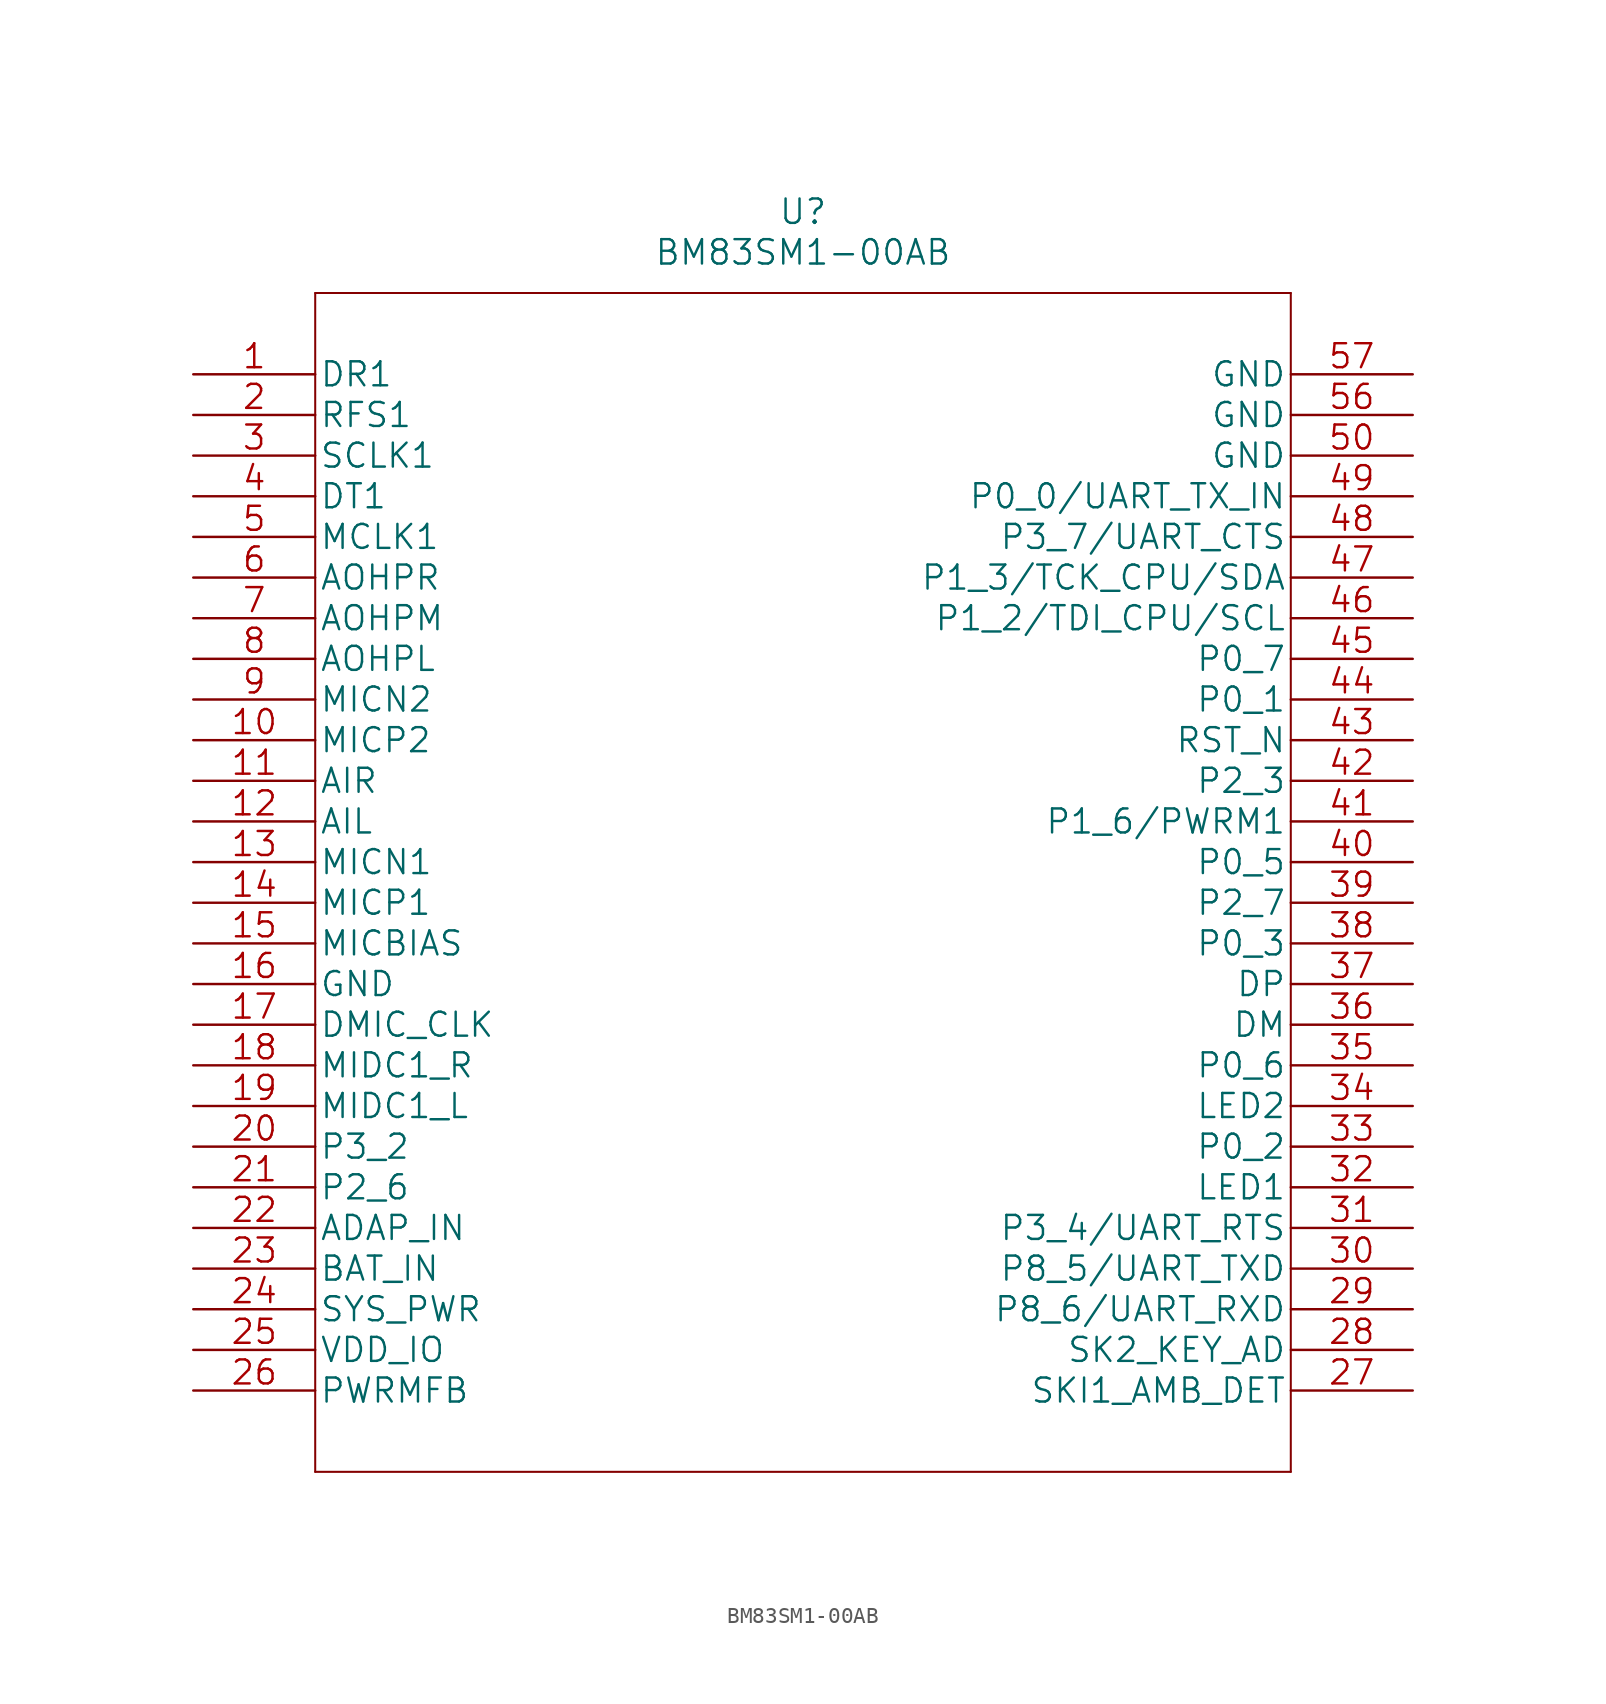
<source format=kicad_sym>
(kicad_symbol_lib
  (version 20211014)
  (generator kicad_symbol_editor)
  (symbol "BM83SM1-00AB"
    (pin_names
      (offset 0.254))
    (property "Reference" "U"
      (at 38.1 10.16 0)
      (effects (font (size 1.524 1.524))))
    (property "Value" "BM83SM1-00AB"
      (at 38.1 7.62 0)
      (effects (font (size 1.524 1.524))))
    (property "Datasheet" ""
      (at 0 0 0)
      (effects (font (size 1.524 1.524))))
    (property "ki_locked" ""
      (at 0 0 0)
      (effects (font (size 1.27 1.27))))
    (symbol "BM83SM1-00AB_1_1"
      (polyline (pts (xy 7.62 -68.58) (xy 68.58 -68.58)) (stroke (width 0.127) (type default) (color 0 0 0 0)) (fill (type none)))
      (polyline (pts (xy 7.62 5.08) (xy 7.62 -68.58)) (stroke (width 0.127) (type default) (color 0 0 0 0)) (fill (type none)))
      (polyline (pts (xy 68.58 -68.58) (xy 68.58 5.08)) (stroke (width 0.127) (type default) (color 0 0 0 0)) (fill (type none)))
      (polyline (pts (xy 68.58 5.08) (xy 7.62 5.08)) (stroke (width 0.127) (type default) (color 0 0 0 0)) (fill (type none)))
      (pin input line (at 0 0 0) (length 7.62) (name "DR1" (effects (font (size 1.499 1.499)))) (number "1" (effects (font (size 1.499 1.499)))))
      (pin input line (at 0 -22.86 0) (length 7.62) (name "MICP2" (effects (font (size 1.499 1.499)))) (number "10" (effects (font (size 1.499 1.499)))))
      (pin input line (at 0 -25.4 0) (length 7.62) (name "AIR" (effects (font (size 1.499 1.499)))) (number "11" (effects (font (size 1.499 1.499)))))
      (pin input line (at 0 -27.94 0) (length 7.62) (name "AIL" (effects (font (size 1.499 1.499)))) (number "12" (effects (font (size 1.499 1.499)))))
      (pin input line (at 0 -30.48 0) (length 7.62) (name "MICN1" (effects (font (size 1.499 1.499)))) (number "13" (effects (font (size 1.499 1.499)))))
      (pin input line (at 0 -33.02 0) (length 7.62) (name "MICP1" (effects (font (size 1.499 1.499)))) (number "14" (effects (font (size 1.499 1.499)))))
      (pin power_in line (at 0 -35.56 0) (length 7.62) (name "MICBIAS" (effects (font (size 1.499 1.499)))) (number "15" (effects (font (size 1.499 1.499)))))
      (pin power_in line (at 0 -38.1 0) (length 7.62) (name "GND" (effects (font (size 1.499 1.499)))) (number "16" (effects (font (size 1.499 1.499)))))
      (pin output line (at 0 -40.64 0) (length 7.62) (name "DMIC_CLK" (effects (font (size 1.499 1.499)))) (number "17" (effects (font (size 1.499 1.499)))))
      (pin input line (at 0 -43.18 0) (length 7.62) (name "MIDC1_R" (effects (font (size 1.499 1.499)))) (number "18" (effects (font (size 1.499 1.499)))))
      (pin input line (at 0 -45.72 0) (length 7.62) (name "MIDC1_L" (effects (font (size 1.499 1.499)))) (number "19" (effects (font (size 1.499 1.499)))))
      (pin bidirectional line (at 0 -2.54 0) (length 7.62) (name "RFS1" (effects (font (size 1.499 1.499)))) (number "2" (effects (font (size 1.499 1.499)))))
      (pin bidirectional line (at 0 -48.26 0) (length 7.62) (name "P3_2" (effects (font (size 1.499 1.499)))) (number "20" (effects (font (size 1.499 1.499)))))
      (pin bidirectional line (at 0 -50.8 0) (length 7.62) (name "P2_6" (effects (font (size 1.499 1.499)))) (number "21" (effects (font (size 1.499 1.499)))))
      (pin power_in line (at 0 -53.34 0) (length 7.62) (name "ADAP_IN" (effects (font (size 1.499 1.499)))) (number "22" (effects (font (size 1.499 1.499)))))
      (pin power_in line (at 0 -55.88 0) (length 7.62) (name "BAT_IN" (effects (font (size 1.499 1.499)))) (number "23" (effects (font (size 1.499 1.499)))))
      (pin output line (at 0 -58.42 0) (length 7.62) (name "SYS_PWR" (effects (font (size 1.499 1.499)))) (number "24" (effects (font (size 1.499 1.499)))))
      (pin power_in line (at 0 -60.96 0) (length 7.62) (name "VDD_IO" (effects (font (size 1.499 1.499)))) (number "25" (effects (font (size 1.499 1.499)))))
      (pin input line (at 0 -63.5 0) (length 7.62) (name "PWRMFB" (effects (font (size 1.499 1.499)))) (number "26" (effects (font (size 1.499 1.499)))))
      (pin input line (at 76.2 -63.5 180) (length 7.62) (name "SKI1_AMB_DET" (effects (font (size 1.499 1.499)))) (number "27" (effects (font (size 1.499 1.499)))))
      (pin input line (at 76.2 -60.96 180) (length 7.62) (name "SK2_KEY_AD" (effects (font (size 1.499 1.499)))) (number "28" (effects (font (size 1.499 1.499)))))
      (pin bidirectional line (at 76.2 -58.42 180) (length 7.62) (name "P8_6/UART_RXD" (effects (font (size 1.499 1.499)))) (number "29" (effects (font (size 1.499 1.499)))))
      (pin bidirectional line (at 0 -5.08 0) (length 7.62) (name "SCLK1" (effects (font (size 1.499 1.499)))) (number "3" (effects (font (size 1.499 1.499)))))
      (pin bidirectional line (at 76.2 -55.88 180) (length 7.62) (name "P8_5/UART_TXD" (effects (font (size 1.499 1.499)))) (number "30" (effects (font (size 1.499 1.499)))))
      (pin bidirectional line (at 76.2 -53.34 180) (length 7.62) (name "P3_4/UART_RTS" (effects (font (size 1.499 1.499)))) (number "31" (effects (font (size 1.499 1.499)))))
      (pin input line (at 76.2 -50.8 180) (length 7.62) (name "LED1" (effects (font (size 1.499 1.499)))) (number "32" (effects (font (size 1.499 1.499)))))
      (pin bidirectional line (at 76.2 -48.26 180) (length 7.62) (name "P0_2" (effects (font (size 1.499 1.499)))) (number "33" (effects (font (size 1.499 1.499)))))
      (pin input line (at 76.2 -45.72 180) (length 7.62) (name "LED2" (effects (font (size 1.499 1.499)))) (number "34" (effects (font (size 1.499 1.499)))))
      (pin bidirectional line (at 76.2 -43.18 180) (length 7.62) (name "P0_6" (effects (font (size 1.499 1.499)))) (number "35" (effects (font (size 1.499 1.499)))))
      (pin bidirectional line (at 76.2 -40.64 180) (length 7.62) (name "DM" (effects (font (size 1.499 1.499)))) (number "36" (effects (font (size 1.499 1.499)))))
      (pin bidirectional line (at 76.2 -38.1 180) (length 7.62) (name "DP" (effects (font (size 1.499 1.499)))) (number "37" (effects (font (size 1.499 1.499)))))
      (pin bidirectional line (at 76.2 -35.56 180) (length 7.62) (name "P0_3" (effects (font (size 1.499 1.499)))) (number "38" (effects (font (size 1.499 1.499)))))
      (pin bidirectional line (at 76.2 -33.02 180) (length 7.62) (name "P2_7" (effects (font (size 1.499 1.499)))) (number "39" (effects (font (size 1.499 1.499)))))
      (pin output line (at 0 -7.62 0) (length 7.62) (name "DT1" (effects (font (size 1.499 1.499)))) (number "4" (effects (font (size 1.499 1.499)))))
      (pin bidirectional line (at 76.2 -30.48 180) (length 7.62) (name "P0_5" (effects (font (size 1.499 1.499)))) (number "40" (effects (font (size 1.499 1.499)))))
      (pin bidirectional line (at 76.2 -27.94 180) (length 7.62) (name "P1_6/PWRM1" (effects (font (size 1.499 1.499)))) (number "41" (effects (font (size 1.499 1.499)))))
      (pin bidirectional line (at 76.2 -25.4 180) (length 7.62) (name "P2_3" (effects (font (size 1.499 1.499)))) (number "42" (effects (font (size 1.499 1.499)))))
      (pin input line (at 76.2 -22.86 180) (length 7.62) (name "RST_N" (effects (font (size 1.499 1.499)))) (number "43" (effects (font (size 1.499 1.499)))))
      (pin bidirectional line (at 76.2 -20.32 180) (length 7.62) (name "P0_1" (effects (font (size 1.499 1.499)))) (number "44" (effects (font (size 1.499 1.499)))))
      (pin bidirectional line (at 76.2 -17.78 180) (length 7.62) (name "P0_7" (effects (font (size 1.499 1.499)))) (number "45" (effects (font (size 1.499 1.499)))))
      (pin bidirectional line (at 76.2 -15.24 180) (length 7.62) (name "P1_2/TDI_CPU/SCL" (effects (font (size 1.499 1.499)))) (number "46" (effects (font (size 1.499 1.499)))))
      (pin bidirectional line (at 76.2 -12.7 180) (length 7.62) (name "P1_3/TCK_CPU/SDA" (effects (font (size 1.499 1.499)))) (number "47" (effects (font (size 1.499 1.499)))))
      (pin bidirectional line (at 76.2 -10.16 180) (length 7.62) (name "P3_7/UART_CTS" (effects (font (size 1.499 1.499)))) (number "48" (effects (font (size 1.499 1.499)))))
      (pin bidirectional line (at 76.2 -7.62 180) (length 7.62) (name "P0_0/UART_TX_IN" (effects (font (size 1.499 1.499)))) (number "49" (effects (font (size 1.499 1.499)))))
      (pin output line (at 0 -10.16 0) (length 7.62) (name "MCLK1" (effects (font (size 1.499 1.499)))) (number "5" (effects (font (size 1.499 1.499)))))
      (pin power_in line (at 76.2 -5.08 180) (length 7.62) (name "GND" (effects (font (size 1.499 1.499)))) (number "50" (effects (font (size 1.499 1.499)))))
      (pin power_in line (at 76.2 -2.54 180) (length 7.62) (name "GND" (effects (font (size 1.499 1.499)))) (number "56" (effects (font (size 1.499 1.499)))))
      (pin power_in line (at 76.2 0 180) (length 7.62) (name "GND" (effects (font (size 1.499 1.499)))) (number "57" (effects (font (size 1.499 1.499)))))
      (pin output line (at 0 -12.7 0) (length 7.62) (name "AOHPR" (effects (font (size 1.499 1.499)))) (number "6" (effects (font (size 1.499 1.499)))))
      (pin output line (at 0 -15.24 0) (length 7.62) (name "AOHPM" (effects (font (size 1.499 1.499)))) (number "7" (effects (font (size 1.499 1.499)))))
      (pin output line (at 0 -17.78 0) (length 7.62) (name "AOHPL" (effects (font (size 1.499 1.499)))) (number "8" (effects (font (size 1.499 1.499)))))
      (pin input line (at 0 -20.32 0) (length 7.62) (name "MICN2" (effects (font (size 1.499 1.499)))) (number "9" (effects (font (size 1.499 1.499))))))))
</source>
